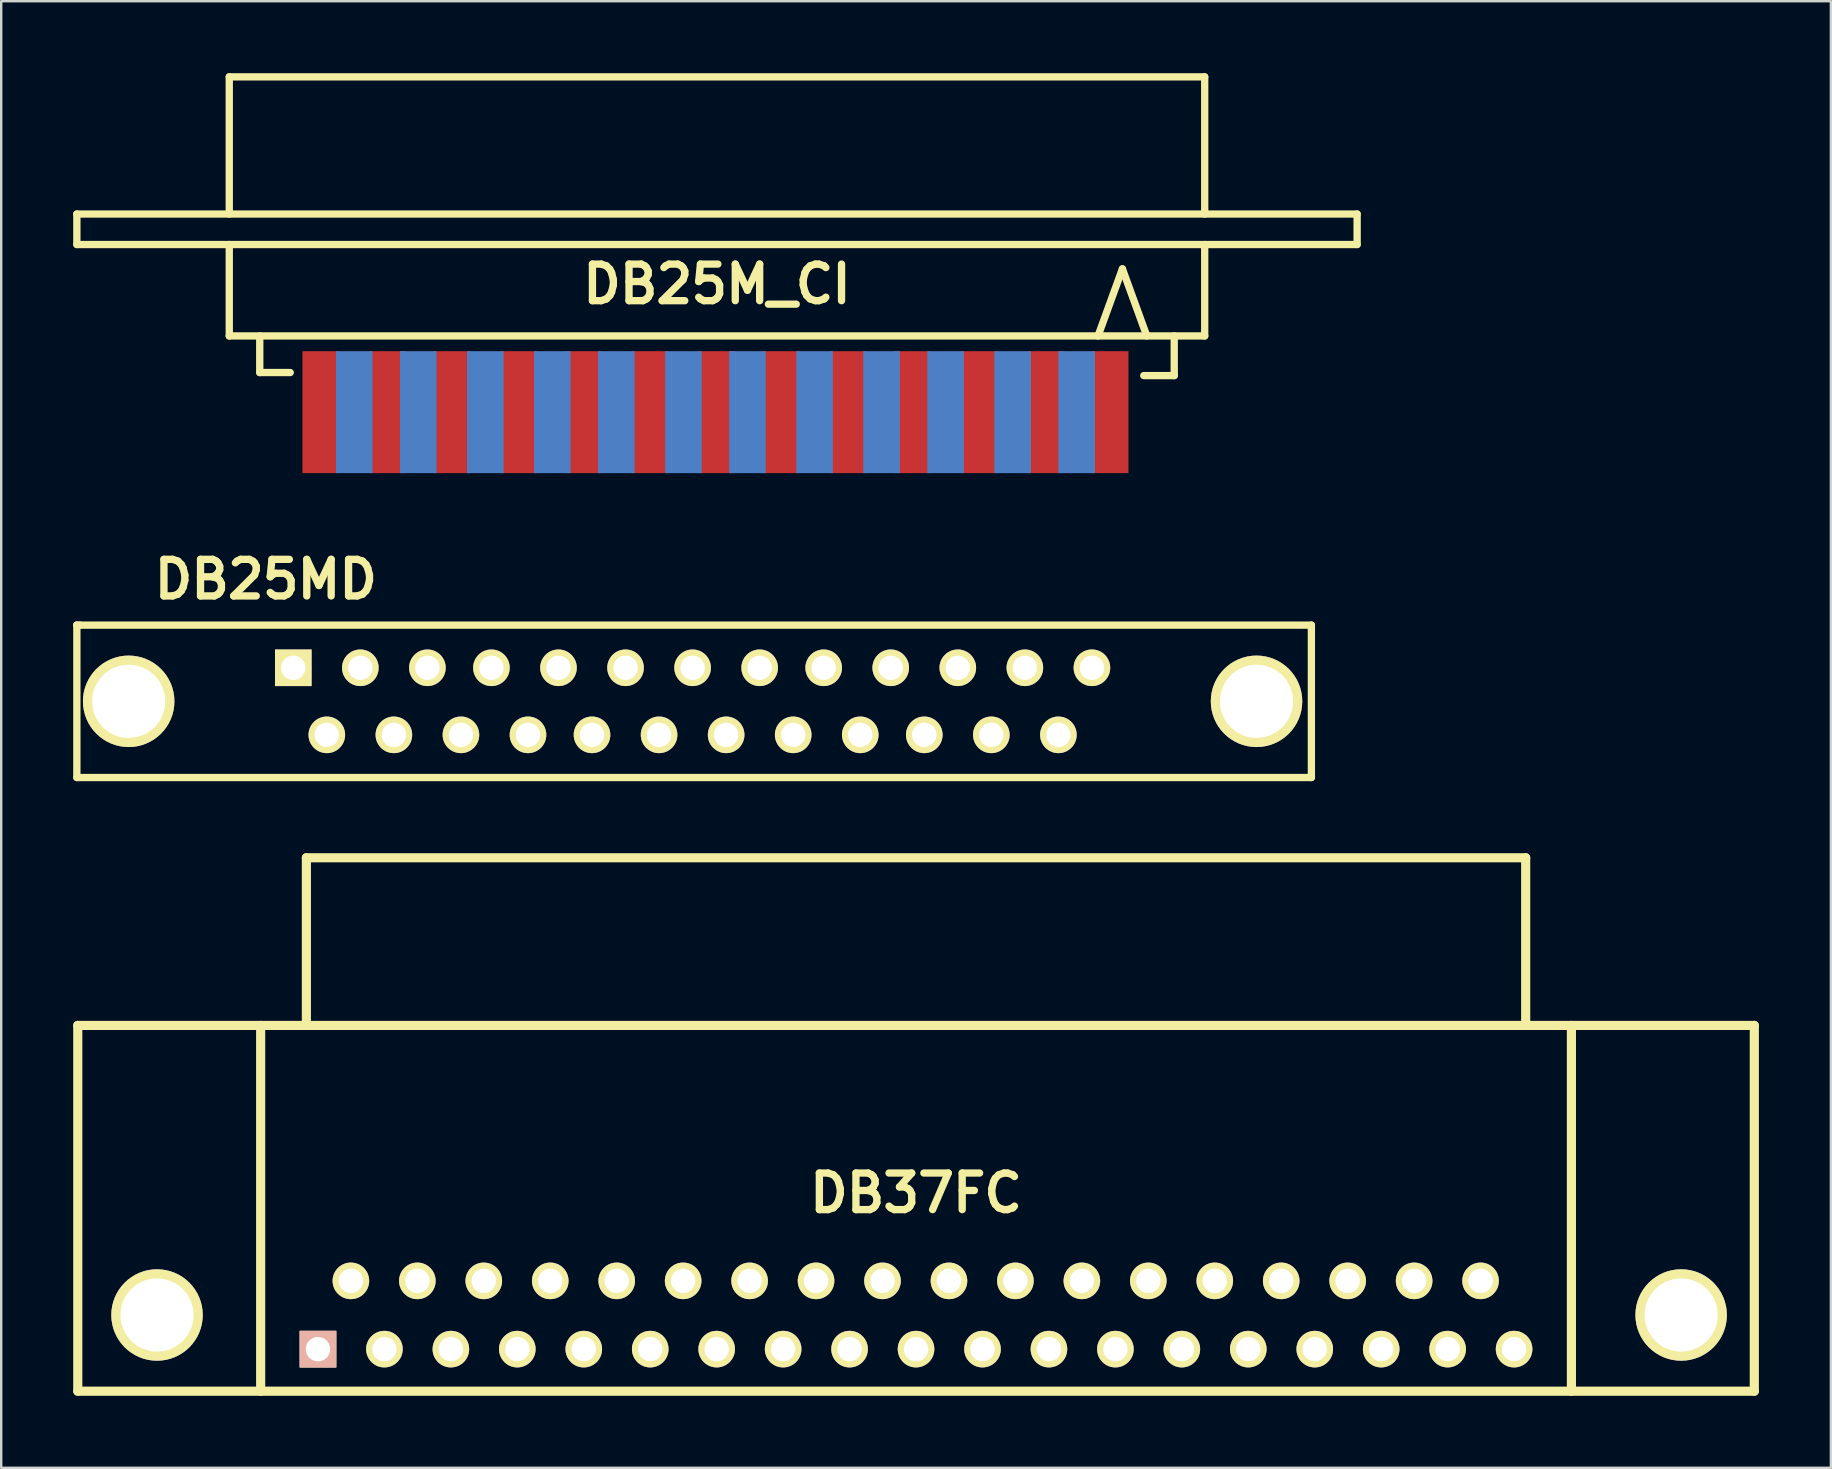
<source format=kicad_pcb>
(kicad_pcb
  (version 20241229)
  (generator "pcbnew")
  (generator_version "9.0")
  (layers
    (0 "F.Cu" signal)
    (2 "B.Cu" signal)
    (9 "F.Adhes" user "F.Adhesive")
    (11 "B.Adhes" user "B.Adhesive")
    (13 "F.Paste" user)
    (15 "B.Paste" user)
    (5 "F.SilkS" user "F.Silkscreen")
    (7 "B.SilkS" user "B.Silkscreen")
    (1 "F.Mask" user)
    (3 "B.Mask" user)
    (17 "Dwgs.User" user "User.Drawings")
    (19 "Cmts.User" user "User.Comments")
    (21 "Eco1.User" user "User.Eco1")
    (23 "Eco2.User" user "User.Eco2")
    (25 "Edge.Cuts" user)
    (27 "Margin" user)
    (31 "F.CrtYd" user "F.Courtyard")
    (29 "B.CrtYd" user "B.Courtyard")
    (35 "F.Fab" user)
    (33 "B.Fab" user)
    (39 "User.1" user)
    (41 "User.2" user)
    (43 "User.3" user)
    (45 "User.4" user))
  (footprint "DB25MD"
    (layer "F.Cu")
    (at 25.806 26.169)
    (property "Reference" "DB25MD" (at -17.78 -5.08 180) (layer "F.SilkS") (effects (font (size 1.524 1.524) (thickness 0.305))))
    (attr through_hole)
    (fp_line (start -25.654 -3.175) (end -25.654 -3.175) (stroke (width 0.305) (type solid)) (layer "F.SilkS"))
    (fp_line (start -25.654 -3.175) (end -25.654 3.175) (stroke (width 0.305) (type solid)) (layer "F.SilkS"))
    (fp_line (start -25.654 3.175) (end 25.781 3.175) (stroke (width 0.305) (type solid)) (layer "F.SilkS"))
    (fp_line (start -25.527 -3.175) (end -25.654 -3.175) (stroke (width 0.305) (type solid)) (layer "F.SilkS"))
    (fp_line (start 25.781 -3.175) (end -25.527 -3.175) (stroke (width 0.305) (type solid)) (layer "F.SilkS"))
    (fp_line (start 25.781 3.175) (end 25.781 -3.175) (stroke (width 0.305) (type solid)) (layer "F.SilkS"))
    (pad "0" thru_hole circle (at -23.495 0) (size 3.81 3.81) (drill 3.048) (layers "*.Cu" "*.Mask" "F.SilkS"))
    (pad "0" thru_hole circle (at 23.495 0) (size 3.81 3.81) (drill 3.048) (layers "*.Cu" "*.Mask" "F.SilkS"))
    (pad "1" thru_hole rect (at -16.637 -1.397) (size 1.524 1.524) (drill 1.016) (layers "*.Cu" "*.Mask" "F.SilkS"))
    (pad "2" thru_hole circle (at -13.843 -1.397) (size 1.524 1.524) (drill 1.016) (layers "*.Cu" "*.Mask" "F.SilkS"))
    (pad "3" thru_hole circle (at -11.049 -1.397) (size 1.524 1.524) (drill 1.016) (layers "*.Cu" "*.Mask" "F.SilkS"))
    (pad "4" thru_hole circle (at -8.382 -1.397) (size 1.524 1.524) (drill 1.016) (layers "*.Cu" "*.Mask" "F.SilkS"))
    (pad "5" thru_hole circle (at -5.588 -1.397) (size 1.524 1.524) (drill 1.016) (layers "*.Cu" "*.Mask" "F.SilkS"))
    (pad "6" thru_hole circle (at -2.794 -1.397) (size 1.524 1.524) (drill 1.016) (layers "*.Cu" "*.Mask" "F.SilkS"))
    (pad "7" thru_hole circle (at 0 -1.397) (size 1.524 1.524) (drill 1.016) (layers "*.Cu" "*.Mask" "F.SilkS"))
    (pad "8" thru_hole circle (at 2.794 -1.397) (size 1.524 1.524) (drill 1.016) (layers "*.Cu" "*.Mask" "F.SilkS"))
    (pad "9" thru_hole circle (at 5.461 -1.397) (size 1.524 1.524) (drill 1.016) (layers "*.Cu" "*.Mask" "F.SilkS"))
    (pad "10" thru_hole circle (at 8.255 -1.397) (size 1.524 1.524) (drill 1.016) (layers "*.Cu" "*.Mask" "F.SilkS"))
    (pad "11" thru_hole circle (at 11.049 -1.397) (size 1.524 1.524) (drill 1.016) (layers "*.Cu" "*.Mask" "F.SilkS"))
    (pad "12" thru_hole circle (at 13.843 -1.397) (size 1.524 1.524) (drill 1.016) (layers "*.Cu" "*.Mask" "F.SilkS"))
    (pad "13" thru_hole circle (at 16.637 -1.397) (size 1.524 1.524) (drill 1.016) (layers "*.Cu" "*.Mask" "F.SilkS"))
    (pad "14" thru_hole circle (at -15.24 1.397) (size 1.524 1.524) (drill 1.016) (layers "*.Cu" "*.Mask" "F.SilkS"))
    (pad "15" thru_hole circle (at -12.446 1.397) (size 1.524 1.524) (drill 1.016) (layers "*.Cu" "*.Mask" "F.SilkS"))
    (pad "16" thru_hole circle (at -9.652 1.397) (size 1.524 1.524) (drill 1.016) (layers "*.Cu" "*.Mask" "F.SilkS"))
    (pad "17" thru_hole circle (at -6.858 1.397) (size 1.524 1.524) (drill 1.016) (layers "*.Cu" "*.Mask" "F.SilkS"))
    (pad "18" thru_hole circle (at -4.191 1.397) (size 1.524 1.524) (drill 1.016) (layers "*.Cu" "*.Mask" "F.SilkS"))
    (pad "19" thru_hole circle (at -1.397 1.397) (size 1.524 1.524) (drill 1.016) (layers "*.Cu" "*.Mask" "F.SilkS"))
    (pad "20" thru_hole circle (at 1.397 1.397) (size 1.524 1.524) (drill 1.016) (layers "*.Cu" "*.Mask" "F.SilkS"))
    (pad "21" thru_hole circle (at 4.191 1.397) (size 1.524 1.524) (drill 1.016) (layers "*.Cu" "*.Mask" "F.SilkS"))
    (pad "22" thru_hole circle (at 6.985 1.397) (size 1.524 1.524) (drill 1.016) (layers "*.Cu" "*.Mask" "F.SilkS"))
    (pad "23" thru_hole circle (at 9.652 1.397) (size 1.524 1.524) (drill 1.016) (layers "*.Cu" "*.Mask" "F.SilkS"))
    (pad "24" thru_hole circle (at 12.446 1.397) (size 1.524 1.524) (drill 1.016) (layers "*.Cu" "*.Mask" "F.SilkS"))
    (pad "25" thru_hole circle (at 15.24 1.397) (size 1.524 1.524) (drill 1.016) (layers "*.Cu" "*.Mask" "F.SilkS")))
  (footprint "DB25M_CI"
    (layer "F.Cu")
    (at 26.822 11.455)
    (property "Reference" "DB25M_CI" (at 0 -2.667 180) (layer "F.SilkS") (effects (font (size 1.524 1.524) (thickness 0.305))))
    (attr through_hole)
    (fp_line (start -26.67 -5.588) (end -26.67 -4.318) (stroke (width 0.305) (type solid)) (layer "F.SilkS"))
    (fp_line (start -26.67 -4.318) (end 26.67 -4.318) (stroke (width 0.305) (type solid)) (layer "F.SilkS"))
    (fp_line (start -20.32 -11.303) (end 20.32 -11.303) (stroke (width 0.305) (type solid)) (layer "F.SilkS"))
    (fp_line (start -20.32 -5.588) (end -20.32 -11.303) (stroke (width 0.305) (type solid)) (layer "F.SilkS"))
    (fp_line (start -20.32 -0.508) (end -20.32 -4.318) (stroke (width 0.305) (type solid)) (layer "F.SilkS"))
    (fp_line (start -19.05 -0.508) (end -19.05 1.016) (stroke (width 0.305) (type solid)) (layer "F.SilkS"))
    (fp_line (start -19.05 1.016) (end -17.78 1.016) (stroke (width 0.305) (type solid)) (layer "F.SilkS"))
    (fp_line (start 15.875 -0.508) (end 16.891 -3.302) (stroke (width 0.305) (type solid)) (layer "F.SilkS"))
    (fp_line (start 16.891 -3.302) (end 17.907 -0.508) (stroke (width 0.305) (type solid)) (layer "F.SilkS"))
    (fp_line (start 19.05 -0.508) (end 19.05 1.143) (stroke (width 0.305) (type solid)) (layer "F.SilkS"))
    (fp_line (start 19.05 1.143) (end 17.78 1.143) (stroke (width 0.305) (type solid)) (layer "F.SilkS"))
    (fp_line (start 20.32 -11.303) (end 20.32 -5.588) (stroke (width 0.305) (type solid)) (layer "F.SilkS"))
    (fp_line (start 20.32 -4.318) (end 20.32 -0.508) (stroke (width 0.305) (type solid)) (layer "F.SilkS"))
    (fp_line (start 20.32 -0.508) (end -20.32 -0.508) (stroke (width 0.305) (type solid)) (layer "F.SilkS"))
    (fp_line (start 26.67 -5.588) (end -26.67 -5.588) (stroke (width 0.305) (type solid)) (layer "F.SilkS"))
    (fp_line (start 26.67 -5.588) (end 26.67 -4.318) (stroke (width 0.305) (type solid)) (layer "F.SilkS"))
    (pad "1" connect rect (at 16.383 2.667 90) (size 5.08 1.524) (layers "F.Cu" "F.Mask"))
    (pad "2" connect rect (at 13.716 2.667 90) (size 5.08 1.524) (layers "F.Cu" "F.Mask"))
    (pad "3" connect rect (at 10.922 2.667 90) (size 5.08 1.524) (layers "F.Cu" "F.Mask"))
    (pad "4" connect rect (at 8.128 2.667 90) (size 5.08 1.524) (layers "F.Cu" "F.Mask"))
    (pad "5" connect rect (at 5.461 2.667 90) (size 5.08 1.524) (layers "F.Cu" "F.Mask"))
    (pad "6" connect rect (at 2.667 2.667 90) (size 5.08 1.524) (layers "F.Cu" "F.Mask"))
    (pad "7" connect rect (at 0 2.667 90) (size 5.08 1.524) (layers "F.Cu" "F.Mask"))
    (pad "8" connect rect (at -2.794 2.667 90) (size 5.08 1.524) (layers "F.Cu" "F.Mask"))
    (pad "9" connect rect (at -5.588 2.667 90) (size 5.08 1.524) (layers "F.Cu" "F.Mask"))
    (pad "10" connect rect (at -8.255 2.667 90) (size 5.08 1.524) (layers "F.Cu" "F.Mask"))
    (pad "11" connect rect (at -11.049 2.667 90) (size 5.08 1.524) (layers "F.Cu" "F.Mask"))
    (pad "12" connect rect (at -13.716 2.667 90) (size 5.08 1.524) (layers "F.Cu" "F.Mask"))
    (pad "13" connect rect (at -16.51 2.667 90) (size 5.08 1.524) (layers "F.Cu" "F.Mask"))
    (pad "14" connect rect (at 14.986 2.667 90) (size 5.08 1.524) (layers "B.Cu" "B.Mask"))
    (pad "15" connect rect (at 12.319 2.667 90) (size 5.08 1.524) (layers "B.Cu" "B.Mask"))
    (pad "16" connect rect (at 9.525 2.667 90) (size 5.08 1.524) (layers "B.Cu" "B.Mask"))
    (pad "17" connect rect (at 6.858 2.667 90) (size 5.08 1.524) (layers "B.Cu" "B.Mask"))
    (pad "18" connect rect (at 4.064 2.667 90) (size 5.08 1.524) (layers "B.Cu" "B.Mask"))
    (pad "19" connect rect (at 1.27 2.667 90) (size 5.08 1.524) (layers "B.Cu" "B.Mask"))
    (pad "20" connect rect (at -1.397 2.667 90) (size 5.08 1.524) (layers "B.Cu" "B.Mask"))
    (pad "21" connect rect (at -4.191 2.667 90) (size 5.08 1.524) (layers "B.Cu" "B.Mask"))
    (pad "22" connect rect (at -6.858 2.667 90) (size 5.08 1.524) (layers "B.Cu" "B.Mask"))
    (pad "23" connect rect (at -9.652 2.667 90) (size 5.08 1.524) (layers "B.Cu" "B.Mask"))
    (pad "24" connect rect (at -12.446 2.667 90) (size 5.08 1.524) (layers "B.Cu" "B.Mask"))
    (pad "25" connect rect (at -15.113 2.667 90) (size 5.08 1.524) (layers "B.Cu" "B.Mask")))
  (footprint "DB37FC"
    (layer "F.Cu")
    (at 35.115 51.737)
    (property "Reference" "DB37FC" (at 0 -5.08 180) (layer "F.SilkS") (effects (font (size 1.524 1.524) (thickness 0.305))))
    (attr through_hole)
    (fp_line (start -34.925 -12.065) (end 34.925 -12.065) (stroke (width 0.381) (type solid)) (layer "F.SilkS"))
    (fp_line (start -34.925 3.175) (end -34.925 -12.065) (stroke (width 0.381) (type solid)) (layer "F.SilkS"))
    (fp_line (start -27.305 -12.065) (end -27.305 3.175) (stroke (width 0.381) (type solid)) (layer "F.SilkS"))
    (fp_line (start -25.4 -19.05) (end -25.4 -12.065) (stroke (width 0.381) (type solid)) (layer "F.SilkS"))
    (fp_line (start 25.4 -19.05) (end -25.4 -19.05) (stroke (width 0.381) (type solid)) (layer "F.SilkS"))
    (fp_line (start 25.4 -12.065) (end 25.4 -19.05) (stroke (width 0.381) (type solid)) (layer "F.SilkS"))
    (fp_line (start 27.305 -12.065) (end 27.305 3.175) (stroke (width 0.381) (type solid)) (layer "F.SilkS"))
    (fp_line (start 34.925 -12.065) (end 34.925 3.175) (stroke (width 0.381) (type solid)) (layer "F.SilkS"))
    (fp_line (start 34.925 3.175) (end -34.925 3.175) (stroke (width 0.381) (type solid)) (layer "F.SilkS"))
    (pad "1" thru_hole rect (at -24.917 1.422 180) (size 1.524 1.524) (drill 1.016) (layers "*.Cu" "*.SilkS" "*.Mask"))
    (pad "2" thru_hole circle (at -22.149 1.422 180) (size 1.524 1.524) (drill 1.016) (layers "*.Cu" "*.Mask" "F.SilkS"))
    (pad "3" thru_hole circle (at -19.38 1.422 180) (size 1.524 1.524) (drill 1.016) (layers "*.Cu" "*.Mask" "F.SilkS"))
    (pad "4" thru_hole circle (at -16.612 1.422 180) (size 1.524 1.524) (drill 1.016) (layers "*.Cu" "*.Mask" "F.SilkS"))
    (pad "5" thru_hole circle (at -13.843 1.422 180) (size 1.524 1.524) (drill 1.016) (layers "*.Cu" "*.Mask" "F.SilkS"))
    (pad "6" thru_hole circle (at -11.074 1.422 180) (size 1.524 1.524) (drill 1.016) (layers "*.Cu" "*.Mask" "F.SilkS"))
    (pad "7" thru_hole circle (at -8.306 1.422 180) (size 1.524 1.524) (drill 1.016) (layers "*.Cu" "*.Mask" "F.SilkS"))
    (pad "8" thru_hole circle (at -5.537 1.422 180) (size 1.524 1.524) (drill 1.016) (layers "*.Cu" "*.Mask" "F.SilkS"))
    (pad "9" thru_hole circle (at -2.769 1.422 180) (size 1.524 1.524) (drill 1.016) (layers "*.Cu" "*.Mask" "F.SilkS"))
    (pad "10" thru_hole circle (at 0 1.422 180) (size 1.524 1.524) (drill 1.016) (layers "*.Cu" "*.Mask" "F.SilkS"))
    (pad "11" thru_hole circle (at 2.769 1.422 180) (size 1.524 1.524) (drill 1.016) (layers "*.Cu" "*.Mask" "F.SilkS"))
    (pad "12" thru_hole circle (at 5.537 1.422 180) (size 1.524 1.524) (drill 1.016) (layers "*.Cu" "*.Mask" "F.SilkS"))
    (pad "13" thru_hole circle (at 8.306 1.422 180) (size 1.524 1.524) (drill 1.016) (layers "*.Cu" "*.Mask" "F.SilkS"))
    (pad "14" thru_hole circle (at 11.074 1.422 180) (size 1.524 1.524) (drill 1.016) (layers "*.Cu" "*.Mask" "F.SilkS"))
    (pad "15" thru_hole circle (at 13.843 1.422 180) (size 1.524 1.524) (drill 1.016) (layers "*.Cu" "*.Mask" "F.SilkS"))
    (pad "16" thru_hole circle (at 16.612 1.422 180) (size 1.524 1.524) (drill 1.016) (layers "*.Cu" "*.Mask" "F.SilkS"))
    (pad "17" thru_hole circle (at 19.38 1.422 180) (size 1.524 1.524) (drill 1.016) (layers "*.Cu" "*.Mask" "F.SilkS"))
    (pad "18" thru_hole circle (at 22.149 1.422 180) (size 1.524 1.524) (drill 1.016) (layers "*.Cu" "*.Mask" "F.SilkS"))
    (pad "19" thru_hole circle (at 24.917 1.422 180) (size 1.524 1.524) (drill 1.016) (layers "*.Cu" "*.Mask" "F.SilkS"))
    (pad "20" thru_hole circle (at -23.546 -1.422 180) (size 1.524 1.524) (drill 1.016) (layers "*.Cu" "*.Mask" "F.SilkS"))
    (pad "21" thru_hole circle (at -20.777 -1.422 180) (size 1.524 1.524) (drill 1.016) (layers "*.Cu" "*.Mask" "F.SilkS"))
    (pad "22" thru_hole circle (at -18.009 -1.422 180) (size 1.524 1.524) (drill 1.016) (layers "*.Cu" "*.Mask" "F.SilkS"))
    (pad "23" thru_hole circle (at -15.24 -1.422 180) (size 1.524 1.524) (drill 1.016) (layers "*.Cu" "*.Mask" "F.SilkS"))
    (pad "24" thru_hole circle (at -12.471 -1.422 180) (size 1.524 1.524) (drill 1.016) (layers "*.Cu" "*.Mask" "F.SilkS"))
    (pad "25" thru_hole circle (at -9.703 -1.422 180) (size 1.524 1.524) (drill 1.016) (layers "*.Cu" "*.Mask" "F.SilkS"))
    (pad "26" thru_hole circle (at -6.934 -1.422 180) (size 1.524 1.524) (drill 1.016) (layers "*.Cu" "*.Mask" "F.SilkS"))
    (pad "27" thru_hole circle (at -4.166 -1.422 180) (size 1.524 1.524) (drill 1.016) (layers "*.Cu" "*.Mask" "F.SilkS"))
    (pad "28" thru_hole circle (at -1.397 -1.422 180) (size 1.524 1.524) (drill 1.016) (layers "*.Cu" "*.Mask" "F.SilkS"))
    (pad "29" thru_hole circle (at 1.372 -1.422 180) (size 1.524 1.524) (drill 1.016) (layers "*.Cu" "*.Mask" "F.SilkS"))
    (pad "30" thru_hole circle (at 4.14 -1.422 180) (size 1.524 1.524) (drill 1.016) (layers "*.Cu" "*.Mask" "F.SilkS"))
    (pad "31" thru_hole circle (at 6.909 -1.422 180) (size 1.524 1.524) (drill 1.016) (layers "*.Cu" "*.Mask" "F.SilkS"))
    (pad "32" thru_hole circle (at 9.677 -1.422 180) (size 1.524 1.524) (drill 1.016) (layers "*.Cu" "*.Mask" "F.SilkS"))
    (pad "33" thru_hole circle (at 12.446 -1.422 180) (size 1.524 1.524) (drill 1.016) (layers "*.Cu" "*.Mask" "F.SilkS"))
    (pad "34" thru_hole circle (at 15.215 -1.422 180) (size 1.524 1.524) (drill 1.016) (layers "*.Cu" "*.Mask" "F.SilkS"))
    (pad "35" thru_hole circle (at 17.983 -1.422 180) (size 1.524 1.524) (drill 1.016) (layers "*.Cu" "*.Mask" "F.SilkS"))
    (pad "36" thru_hole circle (at 20.752 -1.422 180) (size 1.524 1.524) (drill 1.016) (layers "*.Cu" "*.Mask" "F.SilkS"))
    (pad "37" thru_hole circle (at 23.52 -1.422 180) (size 1.524 1.524) (drill 1.016) (layers "*.Cu" "*.Mask" "F.SilkS"))
    (pad "?" thru_hole circle (at -31.623 0 180) (size 3.81 3.81) (drill 3.048) (layers "*.Cu" "*.Mask" "F.SilkS"))
    (pad "?" thru_hole circle (at 31.877 0 180) (size 3.81 3.81) (drill 3.048) (layers "*.Cu" "*.Mask" "F.SilkS")))
  (gr_rect
    (start -3 -3)
    (end 73.231 58.102)
    (stroke (width 0.1) (type default))
    (fill no)
    (layer "Edge.Cuts")))
</source>
